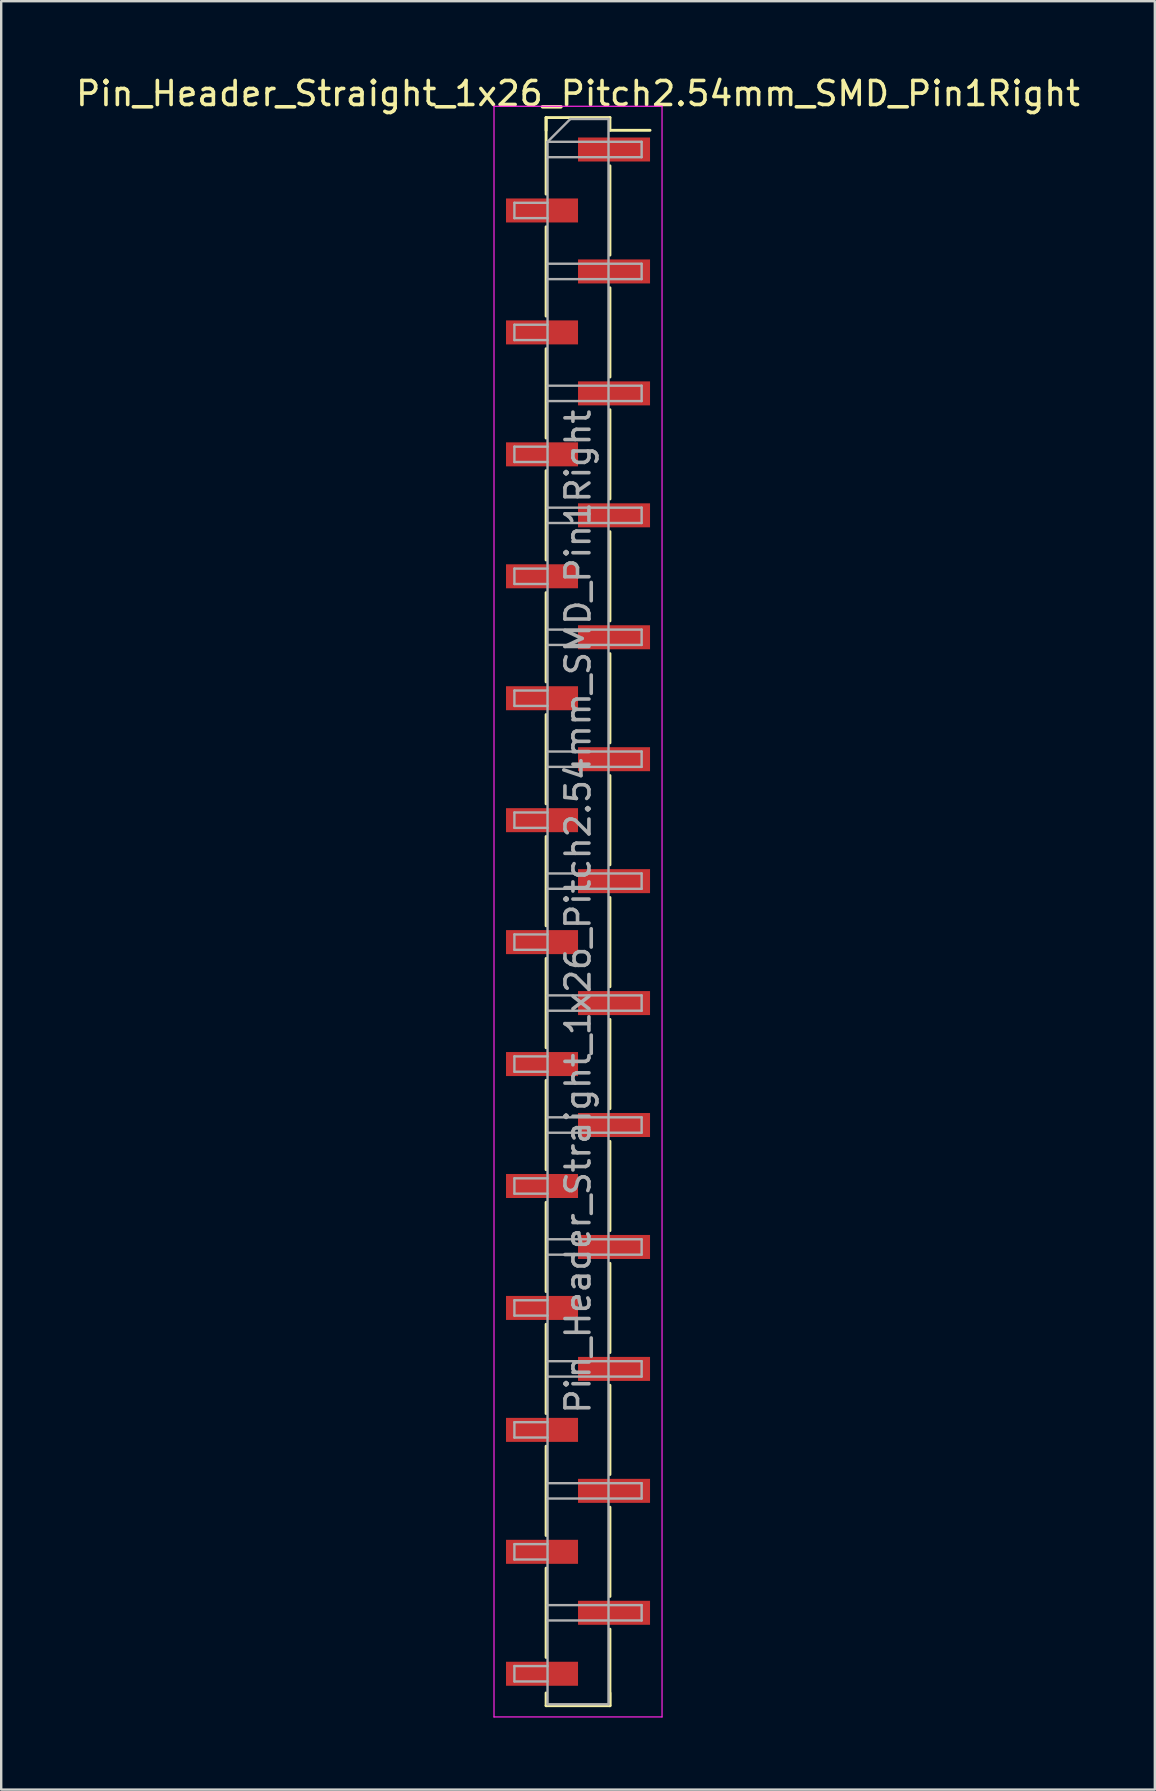
<source format=kicad_pcb>
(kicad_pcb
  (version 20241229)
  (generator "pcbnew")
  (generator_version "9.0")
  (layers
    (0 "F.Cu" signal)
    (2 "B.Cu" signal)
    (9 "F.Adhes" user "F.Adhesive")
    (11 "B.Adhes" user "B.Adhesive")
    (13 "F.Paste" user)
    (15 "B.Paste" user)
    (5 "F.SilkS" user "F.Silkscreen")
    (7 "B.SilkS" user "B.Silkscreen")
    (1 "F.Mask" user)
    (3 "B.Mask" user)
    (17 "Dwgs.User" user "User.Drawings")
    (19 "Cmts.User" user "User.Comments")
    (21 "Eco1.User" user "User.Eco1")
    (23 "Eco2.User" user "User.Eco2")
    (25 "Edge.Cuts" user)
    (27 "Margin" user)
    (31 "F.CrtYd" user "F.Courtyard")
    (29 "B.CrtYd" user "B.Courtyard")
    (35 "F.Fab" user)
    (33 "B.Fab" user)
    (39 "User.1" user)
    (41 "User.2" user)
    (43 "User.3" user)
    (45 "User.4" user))
  (footprint "Pin_Header_Straight_1x26_Pitch2.54mm_SMD_Pin1Right"
    (layer "F.Cu")
    (at 21.03 34.928)
    (property "Reference" "Pin_Header_Straight_1x26_Pitch2.54mm_SMD_Pin1Right" (at 0 -34.08 0) (layer "F.SilkS") (effects (font (size 1 1) (thickness 0.15))))
    (attr smd)
    (fp_line (start -1.33 -33.08) (end -1.33 -29.89) (stroke (width 0.12) (type solid)) (layer "F.SilkS"))
    (fp_line (start -1.33 -33.08) (end 1.33 -33.08) (stroke (width 0.12) (type solid)) (layer "F.SilkS"))
    (fp_line (start -1.33 -32.55) (end -1.33 -33.08) (stroke (width 0.12) (type solid)) (layer "F.SilkS"))
    (fp_line (start -1.33 -28.53) (end -1.33 -24.81) (stroke (width 0.12) (type solid)) (layer "F.SilkS"))
    (fp_line (start -1.33 -23.45) (end -1.33 -19.73) (stroke (width 0.12) (type solid)) (layer "F.SilkS"))
    (fp_line (start -1.33 -18.37) (end -1.33 -14.65) (stroke (width 0.12) (type solid)) (layer "F.SilkS"))
    (fp_line (start -1.33 -13.29) (end -1.33 -9.57) (stroke (width 0.12) (type solid)) (layer "F.SilkS"))
    (fp_line (start -1.33 -8.21) (end -1.33 -4.49) (stroke (width 0.12) (type solid)) (layer "F.SilkS"))
    (fp_line (start -1.33 -3.13) (end -1.33 0.59) (stroke (width 0.12) (type solid)) (layer "F.SilkS"))
    (fp_line (start -1.33 1.95) (end -1.33 5.67) (stroke (width 0.12) (type solid)) (layer "F.SilkS"))
    (fp_line (start -1.33 7.03) (end -1.33 10.75) (stroke (width 0.12) (type solid)) (layer "F.SilkS"))
    (fp_line (start -1.33 12.11) (end -1.33 15.83) (stroke (width 0.12) (type solid)) (layer "F.SilkS"))
    (fp_line (start -1.33 17.19) (end -1.33 20.91) (stroke (width 0.12) (type solid)) (layer "F.SilkS"))
    (fp_line (start -1.33 22.27) (end -1.33 25.99) (stroke (width 0.12) (type solid)) (layer "F.SilkS"))
    (fp_line (start -1.33 27.35) (end -1.33 31.07) (stroke (width 0.12) (type solid)) (layer "F.SilkS"))
    (fp_line (start -1.33 32.55) (end -1.33 33.08) (stroke (width 0.12) (type solid)) (layer "F.SilkS"))
    (fp_line (start -1.33 33.08) (end 1.33 33.08) (stroke (width 0.12) (type solid)) (layer "F.SilkS"))
    (fp_line (start 1.33 -33.08) (end 1.33 -32.55) (stroke (width 0.12) (type solid)) (layer "F.SilkS"))
    (fp_line (start 1.33 -32.55) (end 3 -32.55) (stroke (width 0.12) (type solid)) (layer "F.SilkS"))
    (fp_line (start 1.33 -31.07) (end 1.33 -27.35) (stroke (width 0.12) (type solid)) (layer "F.SilkS"))
    (fp_line (start 1.33 -25.99) (end 1.33 -22.27) (stroke (width 0.12) (type solid)) (layer "F.SilkS"))
    (fp_line (start 1.33 -20.91) (end 1.33 -17.19) (stroke (width 0.12) (type solid)) (layer "F.SilkS"))
    (fp_line (start 1.33 -15.83) (end 1.33 -12.11) (stroke (width 0.12) (type solid)) (layer "F.SilkS"))
    (fp_line (start 1.33 -10.75) (end 1.33 -7.03) (stroke (width 0.12) (type solid)) (layer "F.SilkS"))
    (fp_line (start 1.33 -5.67) (end 1.33 -1.95) (stroke (width 0.12) (type solid)) (layer "F.SilkS"))
    (fp_line (start 1.33 -0.59) (end 1.33 3.13) (stroke (width 0.12) (type solid)) (layer "F.SilkS"))
    (fp_line (start 1.33 4.49) (end 1.33 8.21) (stroke (width 0.12) (type solid)) (layer "F.SilkS"))
    (fp_line (start 1.33 9.57) (end 1.33 13.29) (stroke (width 0.12) (type solid)) (layer "F.SilkS"))
    (fp_line (start 1.33 14.65) (end 1.33 18.37) (stroke (width 0.12) (type solid)) (layer "F.SilkS"))
    (fp_line (start 1.33 19.73) (end 1.33 23.45) (stroke (width 0.12) (type solid)) (layer "F.SilkS"))
    (fp_line (start 1.33 24.81) (end 1.33 28.53) (stroke (width 0.12) (type solid)) (layer "F.SilkS"))
    (fp_line (start 1.33 29.89) (end 1.33 33.08) (stroke (width 0.12) (type solid)) (layer "F.SilkS"))
    (fp_line (start 1.33 33.08) (end 1.33 32.55) (stroke (width 0.12) (type solid)) (layer "F.SilkS"))
    (fp_line (start -3.5 -33.55) (end -3.5 33.55) (stroke (width 0.05) (type solid)) (layer "F.CrtYd"))
    (fp_line (start -3.5 33.55) (end 3.5 33.55) (stroke (width 0.05) (type solid)) (layer "F.CrtYd"))
    (fp_line (start 3.5 -33.55) (end -3.5 -33.55) (stroke (width 0.05) (type solid)) (layer "F.CrtYd"))
    (fp_line (start 3.5 33.55) (end 3.5 -33.55) (stroke (width 0.05) (type solid)) (layer "F.CrtYd"))
    (fp_line (start -2.65 -29.53) (end -2.65 -28.89) (stroke (width 0.1) (type solid)) (layer "F.Fab"))
    (fp_line (start -2.65 -28.89) (end -1.27 -28.89) (stroke (width 0.1) (type solid)) (layer "F.Fab"))
    (fp_line (start -2.65 -24.45) (end -2.65 -23.81) (stroke (width 0.1) (type solid)) (layer "F.Fab"))
    (fp_line (start -2.65 -23.81) (end -1.27 -23.81) (stroke (width 0.1) (type solid)) (layer "F.Fab"))
    (fp_line (start -2.65 -19.37) (end -2.65 -18.73) (stroke (width 0.1) (type solid)) (layer "F.Fab"))
    (fp_line (start -2.65 -18.73) (end -1.27 -18.73) (stroke (width 0.1) (type solid)) (layer "F.Fab"))
    (fp_line (start -2.65 -14.29) (end -2.65 -13.65) (stroke (width 0.1) (type solid)) (layer "F.Fab"))
    (fp_line (start -2.65 -13.65) (end -1.27 -13.65) (stroke (width 0.1) (type solid)) (layer "F.Fab"))
    (fp_line (start -2.65 -9.21) (end -2.65 -8.57) (stroke (width 0.1) (type solid)) (layer "F.Fab"))
    (fp_line (start -2.65 -8.57) (end -1.27 -8.57) (stroke (width 0.1) (type solid)) (layer "F.Fab"))
    (fp_line (start -2.65 -4.13) (end -2.65 -3.49) (stroke (width 0.1) (type solid)) (layer "F.Fab"))
    (fp_line (start -2.65 -3.49) (end -1.27 -3.49) (stroke (width 0.1) (type solid)) (layer "F.Fab"))
    (fp_line (start -2.65 0.95) (end -2.65 1.59) (stroke (width 0.1) (type solid)) (layer "F.Fab"))
    (fp_line (start -2.65 1.59) (end -1.27 1.59) (stroke (width 0.1) (type solid)) (layer "F.Fab"))
    (fp_line (start -2.65 6.03) (end -2.65 6.67) (stroke (width 0.1) (type solid)) (layer "F.Fab"))
    (fp_line (start -2.65 6.67) (end -1.27 6.67) (stroke (width 0.1) (type solid)) (layer "F.Fab"))
    (fp_line (start -2.65 11.11) (end -2.65 11.75) (stroke (width 0.1) (type solid)) (layer "F.Fab"))
    (fp_line (start -2.65 11.75) (end -1.27 11.75) (stroke (width 0.1) (type solid)) (layer "F.Fab"))
    (fp_line (start -2.65 16.19) (end -2.65 16.83) (stroke (width 0.1) (type solid)) (layer "F.Fab"))
    (fp_line (start -2.65 16.83) (end -1.27 16.83) (stroke (width 0.1) (type solid)) (layer "F.Fab"))
    (fp_line (start -2.65 21.27) (end -2.65 21.91) (stroke (width 0.1) (type solid)) (layer "F.Fab"))
    (fp_line (start -2.65 21.91) (end -1.27 21.91) (stroke (width 0.1) (type solid)) (layer "F.Fab"))
    (fp_line (start -2.65 26.35) (end -2.65 26.99) (stroke (width 0.1) (type solid)) (layer "F.Fab"))
    (fp_line (start -2.65 26.99) (end -1.27 26.99) (stroke (width 0.1) (type solid)) (layer "F.Fab"))
    (fp_line (start -2.65 31.43) (end -2.65 32.07) (stroke (width 0.1) (type solid)) (layer "F.Fab"))
    (fp_line (start -2.65 32.07) (end -1.27 32.07) (stroke (width 0.1) (type solid)) (layer "F.Fab"))
    (fp_line (start -1.27 -32.07) (end -0.32 -33.02) (stroke (width 0.1) (type solid)) (layer "F.Fab"))
    (fp_line (start -1.27 -32.07) (end 2.65 -32.07) (stroke (width 0.1) (type solid)) (layer "F.Fab"))
    (fp_line (start -1.27 -29.53) (end -2.65 -29.53) (stroke (width 0.1) (type solid)) (layer "F.Fab"))
    (fp_line (start -1.27 -26.99) (end 2.65 -26.99) (stroke (width 0.1) (type solid)) (layer "F.Fab"))
    (fp_line (start -1.27 -24.45) (end -2.65 -24.45) (stroke (width 0.1) (type solid)) (layer "F.Fab"))
    (fp_line (start -1.27 -21.91) (end 2.65 -21.91) (stroke (width 0.1) (type solid)) (layer "F.Fab"))
    (fp_line (start -1.27 -19.37) (end -2.65 -19.37) (stroke (width 0.1) (type solid)) (layer "F.Fab"))
    (fp_line (start -1.27 -16.83) (end 2.65 -16.83) (stroke (width 0.1) (type solid)) (layer "F.Fab"))
    (fp_line (start -1.27 -14.29) (end -2.65 -14.29) (stroke (width 0.1) (type solid)) (layer "F.Fab"))
    (fp_line (start -1.27 -11.75) (end 2.65 -11.75) (stroke (width 0.1) (type solid)) (layer "F.Fab"))
    (fp_line (start -1.27 -9.21) (end -2.65 -9.21) (stroke (width 0.1) (type solid)) (layer "F.Fab"))
    (fp_line (start -1.27 -6.67) (end 2.65 -6.67) (stroke (width 0.1) (type solid)) (layer "F.Fab"))
    (fp_line (start -1.27 -4.13) (end -2.65 -4.13) (stroke (width 0.1) (type solid)) (layer "F.Fab"))
    (fp_line (start -1.27 -1.59) (end 2.65 -1.59) (stroke (width 0.1) (type solid)) (layer "F.Fab"))
    (fp_line (start -1.27 0.95) (end -2.65 0.95) (stroke (width 0.1) (type solid)) (layer "F.Fab"))
    (fp_line (start -1.27 3.49) (end 2.65 3.49) (stroke (width 0.1) (type solid)) (layer "F.Fab"))
    (fp_line (start -1.27 6.03) (end -2.65 6.03) (stroke (width 0.1) (type solid)) (layer "F.Fab"))
    (fp_line (start -1.27 8.57) (end 2.65 8.57) (stroke (width 0.1) (type solid)) (layer "F.Fab"))
    (fp_line (start -1.27 11.11) (end -2.65 11.11) (stroke (width 0.1) (type solid)) (layer "F.Fab"))
    (fp_line (start -1.27 13.65) (end 2.65 13.65) (stroke (width 0.1) (type solid)) (layer "F.Fab"))
    (fp_line (start -1.27 16.19) (end -2.65 16.19) (stroke (width 0.1) (type solid)) (layer "F.Fab"))
    (fp_line (start -1.27 18.73) (end 2.65 18.73) (stroke (width 0.1) (type solid)) (layer "F.Fab"))
    (fp_line (start -1.27 21.27) (end -2.65 21.27) (stroke (width 0.1) (type solid)) (layer "F.Fab"))
    (fp_line (start -1.27 23.81) (end 2.65 23.81) (stroke (width 0.1) (type solid)) (layer "F.Fab"))
    (fp_line (start -1.27 26.35) (end -2.65 26.35) (stroke (width 0.1) (type solid)) (layer "F.Fab"))
    (fp_line (start -1.27 28.89) (end 2.65 28.89) (stroke (width 0.1) (type solid)) (layer "F.Fab"))
    (fp_line (start -1.27 31.43) (end -2.65 31.43) (stroke (width 0.1) (type solid)) (layer "F.Fab"))
    (fp_line (start -1.27 33.02) (end -1.27 -32.07) (stroke (width 0.1) (type solid)) (layer "F.Fab"))
    (fp_line (start -0.32 -33.02) (end 1.27 -33.02) (stroke (width 0.1) (type solid)) (layer "F.Fab"))
    (fp_line (start 1.27 -33.02) (end 1.27 33.02) (stroke (width 0.1) (type solid)) (layer "F.Fab"))
    (fp_line (start 1.27 33.02) (end -1.27 33.02) (stroke (width 0.1) (type solid)) (layer "F.Fab"))
    (fp_line (start 2.65 -32.07) (end 2.65 -31.43) (stroke (width 0.1) (type solid)) (layer "F.Fab"))
    (fp_line (start 2.65 -31.43) (end -1.27 -31.43) (stroke (width 0.1) (type solid)) (layer "F.Fab"))
    (fp_line (start 2.65 -26.99) (end 2.65 -26.35) (stroke (width 0.1) (type solid)) (layer "F.Fab"))
    (fp_line (start 2.65 -26.35) (end -1.27 -26.35) (stroke (width 0.1) (type solid)) (layer "F.Fab"))
    (fp_line (start 2.65 -21.91) (end 2.65 -21.27) (stroke (width 0.1) (type solid)) (layer "F.Fab"))
    (fp_line (start 2.65 -21.27) (end -1.27 -21.27) (stroke (width 0.1) (type solid)) (layer "F.Fab"))
    (fp_line (start 2.65 -16.83) (end 2.65 -16.19) (stroke (width 0.1) (type solid)) (layer "F.Fab"))
    (fp_line (start 2.65 -16.19) (end -1.27 -16.19) (stroke (width 0.1) (type solid)) (layer "F.Fab"))
    (fp_line (start 2.65 -11.75) (end 2.65 -11.11) (stroke (width 0.1) (type solid)) (layer "F.Fab"))
    (fp_line (start 2.65 -11.11) (end -1.27 -11.11) (stroke (width 0.1) (type solid)) (layer "F.Fab"))
    (fp_line (start 2.65 -6.67) (end 2.65 -6.03) (stroke (width 0.1) (type solid)) (layer "F.Fab"))
    (fp_line (start 2.65 -6.03) (end -1.27 -6.03) (stroke (width 0.1) (type solid)) (layer "F.Fab"))
    (fp_line (start 2.65 -1.59) (end 2.65 -0.95) (stroke (width 0.1) (type solid)) (layer "F.Fab"))
    (fp_line (start 2.65 -0.95) (end -1.27 -0.95) (stroke (width 0.1) (type solid)) (layer "F.Fab"))
    (fp_line (start 2.65 3.49) (end 2.65 4.13) (stroke (width 0.1) (type solid)) (layer "F.Fab"))
    (fp_line (start 2.65 4.13) (end -1.27 4.13) (stroke (width 0.1) (type solid)) (layer "F.Fab"))
    (fp_line (start 2.65 8.57) (end 2.65 9.21) (stroke (width 0.1) (type solid)) (layer "F.Fab"))
    (fp_line (start 2.65 9.21) (end -1.27 9.21) (stroke (width 0.1) (type solid)) (layer "F.Fab"))
    (fp_line (start 2.65 13.65) (end 2.65 14.29) (stroke (width 0.1) (type solid)) (layer "F.Fab"))
    (fp_line (start 2.65 14.29) (end -1.27 14.29) (stroke (width 0.1) (type solid)) (layer "F.Fab"))
    (fp_line (start 2.65 18.73) (end 2.65 19.37) (stroke (width 0.1) (type solid)) (layer "F.Fab"))
    (fp_line (start 2.65 19.37) (end -1.27 19.37) (stroke (width 0.1) (type solid)) (layer "F.Fab"))
    (fp_line (start 2.65 23.81) (end 2.65 24.45) (stroke (width 0.1) (type solid)) (layer "F.Fab"))
    (fp_line (start 2.65 24.45) (end -1.27 24.45) (stroke (width 0.1) (type solid)) (layer "F.Fab"))
    (fp_line (start 2.65 28.89) (end 2.65 29.53) (stroke (width 0.1) (type solid)) (layer "F.Fab"))
    (fp_line (start 2.65 29.53) (end -1.27 29.53) (stroke (width 0.1) (type solid)) (layer "F.Fab"))
    (fp_text user "${REFERENCE}" (at 0 0 90) (layer "F.Fab") (effects (font (size 1 1) (thickness 0.15))))
    (pad "1" smd rect (at 1.5 -31.75) (size 3 1) (layers "F.Cu" "F.Mask"))
    (pad "2" smd rect (at -1.5 -29.21) (size 3 1) (layers "F.Cu" "F.Mask"))
    (pad "3" smd rect (at 1.5 -26.67) (size 3 1) (layers "F.Cu" "F.Mask"))
    (pad "4" smd rect (at -1.5 -24.13) (size 3 1) (layers "F.Cu" "F.Mask"))
    (pad "5" smd rect (at 1.5 -21.59) (size 3 1) (layers "F.Cu" "F.Mask"))
    (pad "6" smd rect (at -1.5 -19.05) (size 3 1) (layers "F.Cu" "F.Mask"))
    (pad "7" smd rect (at 1.5 -16.51) (size 3 1) (layers "F.Cu" "F.Mask"))
    (pad "8" smd rect (at -1.5 -13.97) (size 3 1) (layers "F.Cu" "F.Mask"))
    (pad "9" smd rect (at 1.5 -11.43) (size 3 1) (layers "F.Cu" "F.Mask"))
    (pad "10" smd rect (at -1.5 -8.89) (size 3 1) (layers "F.Cu" "F.Mask"))
    (pad "11" smd rect (at 1.5 -6.35) (size 3 1) (layers "F.Cu" "F.Mask"))
    (pad "12" smd rect (at -1.5 -3.81) (size 3 1) (layers "F.Cu" "F.Mask"))
    (pad "13" smd rect (at 1.5 -1.27) (size 3 1) (layers "F.Cu" "F.Mask"))
    (pad "14" smd rect (at -1.5 1.27) (size 3 1) (layers "F.Cu" "F.Mask"))
    (pad "15" smd rect (at 1.5 3.81) (size 3 1) (layers "F.Cu" "F.Mask"))
    (pad "16" smd rect (at -1.5 6.35) (size 3 1) (layers "F.Cu" "F.Mask"))
    (pad "17" smd rect (at 1.5 8.89) (size 3 1) (layers "F.Cu" "F.Mask"))
    (pad "18" smd rect (at -1.5 11.43) (size 3 1) (layers "F.Cu" "F.Mask"))
    (pad "19" smd rect (at 1.5 13.97) (size 3 1) (layers "F.Cu" "F.Mask"))
    (pad "20" smd rect (at -1.5 16.51) (size 3 1) (layers "F.Cu" "F.Mask"))
    (pad "21" smd rect (at 1.5 19.05) (size 3 1) (layers "F.Cu" "F.Mask"))
    (pad "22" smd rect (at -1.5 21.59) (size 3 1) (layers "F.Cu" "F.Mask"))
    (pad "23" smd rect (at 1.5 24.13) (size 3 1) (layers "F.Cu" "F.Mask"))
    (pad "24" smd rect (at -1.5 26.67) (size 3 1) (layers "F.Cu" "F.Mask"))
    (pad "25" smd rect (at 1.5 29.21) (size 3 1) (layers "F.Cu" "F.Mask"))
    (pad "26" smd rect (at -1.5 31.75) (size 3 1) (layers "F.Cu" "F.Mask")))
  (gr_rect
    (start -3 -3)
    (end 45.06 71.503)
    (stroke (width 0.1) (type default))
    (fill no)
    (layer "Edge.Cuts")))
</source>
